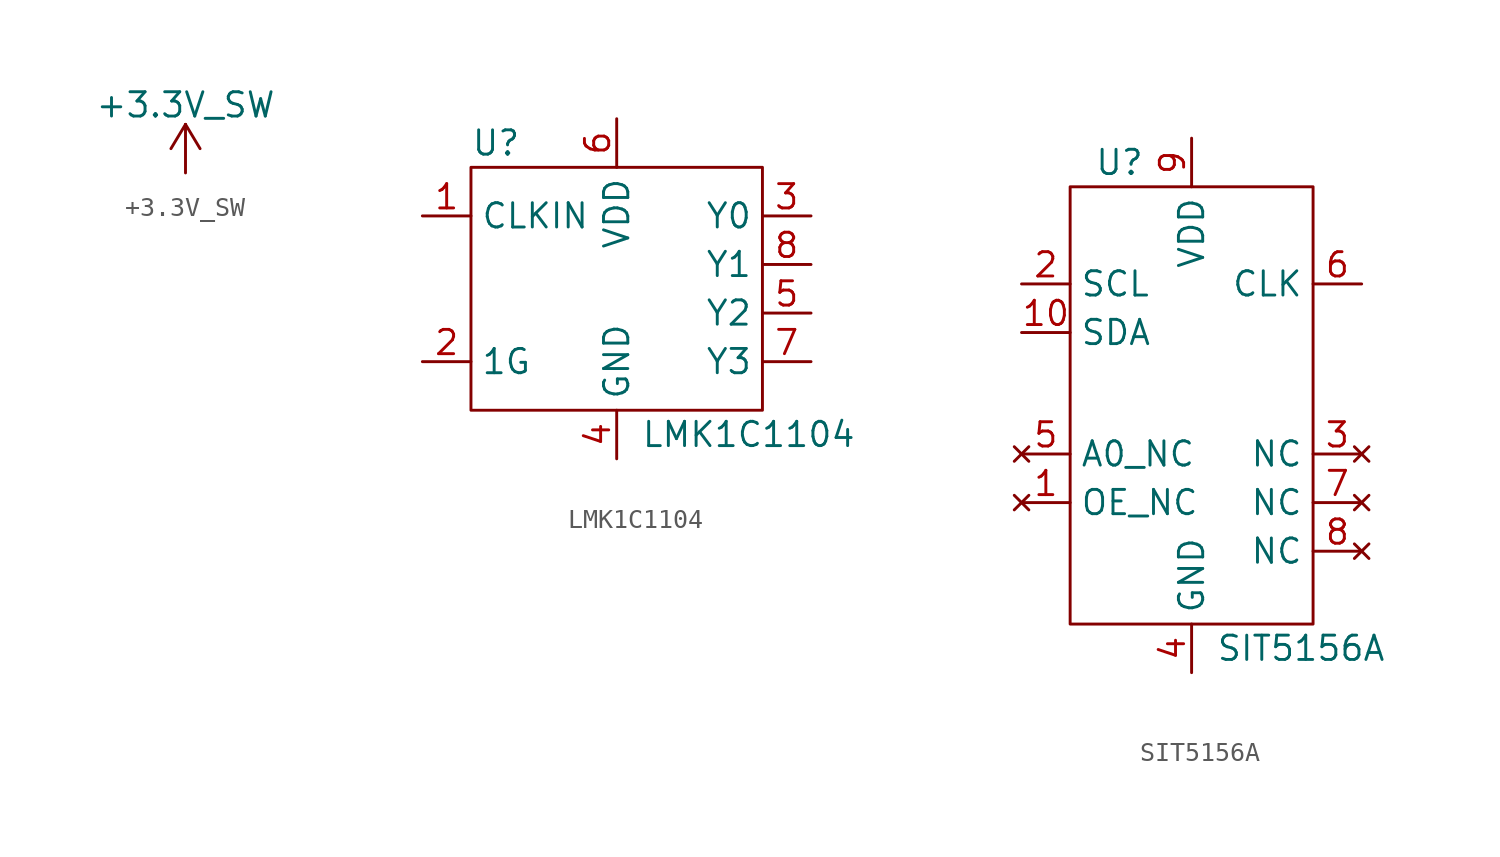
<source format=kicad_sym>
(kicad_symbol_lib
  (version 20220914)
  (generator kicad_symbol_editor)
  (symbol "+3.3V_SW"
    (power)
    (pin_names
      (offset 0))
    (property "Reference" "#PWR"
      (at 0 -3.81 0)
      (effects (font (size 1.27 1.27)) hide))
    (property "Value" "+3.3V_SW"
      (at 0 3.556 0)
      (effects (font (size 1.27 1.27))))
    (symbol "+3.3V_SW_0_1"
      (polyline (pts (xy -0.762 1.27) (xy 0 2.54)) (stroke (width 0) (type default)) (fill (type none)))
      (polyline (pts (xy 0 0) (xy 0 2.54)) (stroke (width 0) (type default)) (fill (type none)))
      (polyline (pts (xy 0 2.54) (xy 0.762 1.27)) (stroke (width 0) (type default)) (fill (type none))))
    (symbol "+3.3V_SW_1_1"
      (pin power_in line (at 0 0 90) (length 0) hide (name "+3.3V" (effects (font (size 1.27 1.27)))) (number "1" (effects (font (size 1.27 1.27)))))))
  (symbol "LMK1C1104"
    (property "Reference" "U"
      (at -7.62 7.62 0)
      (effects (font (size 1.27 1.27)) (justify left)))
    (property "Value" "LMK1C1104"
      (at 1.27 -7.62 0)
      (effects (font (size 1.27 1.27)) (justify left)))
    (symbol "LMK1C1104_0_1"
      (rectangle (start -7.62 6.35) (end 7.62 -6.35) (stroke (width 0) (type default)) (fill (type none))))
    (symbol "LMK1C1104_1_1"
      (pin input line (at -10.16 3.81 0) (length 2.54) (name "CLKIN" (effects (font (size 1.27 1.27)))) (number "1" (effects (font (size 1.27 1.27)))))
      (pin input line (at -10.16 -3.81 0) (length 2.54) (name "1G" (effects (font (size 1.27 1.27)))) (number "2" (effects (font (size 1.27 1.27)))))
      (pin output line (at 10.16 3.81 180) (length 2.54) (name "Y0" (effects (font (size 1.27 1.27)))) (number "3" (effects (font (size 1.27 1.27)))))
      (pin power_in line (at 0 -8.89 90) (length 2.54) (name "GND" (effects (font (size 1.27 1.27)))) (number "4" (effects (font (size 1.27 1.27)))))
      (pin output line (at 10.16 -1.27 180) (length 2.54) (name "Y2" (effects (font (size 1.27 1.27)))) (number "5" (effects (font (size 1.27 1.27)))))
      (pin power_in line (at 0 8.89 270) (length 2.54) (name "VDD" (effects (font (size 1.27 1.27)))) (number "6" (effects (font (size 1.27 1.27)))))
      (pin output line (at 10.16 -3.81 180) (length 2.54) (name "Y3" (effects (font (size 1.27 1.27)))) (number "7" (effects (font (size 1.27 1.27)))))
      (pin output line (at 10.16 1.27 180) (length 2.54) (name "Y1" (effects (font (size 1.27 1.27)))) (number "8" (effects (font (size 1.27 1.27)))))))
  (symbol "SIT5156A"
    (property "Reference" "U"
      (at -5.08 11.43 0)
      (effects (font (size 1.27 1.27)) (justify left)))
    (property "Value" "SIT5156A"
      (at 1.27 -13.97 0)
      (effects (font (size 1.27 1.27)) (justify left)))
    (symbol "SIT5156A_0_1"
      (rectangle (start -6.35 10.16) (end 6.35 -12.7) (stroke (width 0) (type default)) (fill (type none))))
    (symbol "SIT5156A_1_1"
      (pin no_connect line (at -8.89 -6.35 0) (length 2.54) (name "OE_NC" (effects (font (size 1.27 1.27)))) (number "1" (effects (font (size 1.27 1.27)))))
      (pin bidirectional line (at -8.89 2.54 0) (length 2.54) (name "SDA" (effects (font (size 1.27 1.27)))) (number "10" (effects (font (size 1.27 1.27)))))
      (pin bidirectional line (at -8.89 5.08 0) (length 2.54) (name "SCL" (effects (font (size 1.27 1.27)))) (number "2" (effects (font (size 1.27 1.27)))))
      (pin no_connect line (at 8.89 -3.81 180) (length 2.54) (name "NC" (effects (font (size 1.27 1.27)))) (number "3" (effects (font (size 1.27 1.27)))))
      (pin power_in line (at 0 -15.24 90) (length 2.54) (name "GND" (effects (font (size 1.27 1.27)))) (number "4" (effects (font (size 1.27 1.27)))))
      (pin no_connect line (at -8.89 -3.81 0) (length 2.54) (name "A0_NC" (effects (font (size 1.27 1.27)))) (number "5" (effects (font (size 1.27 1.27)))))
      (pin output line (at 8.89 5.08 180) (length 2.54) (name "CLK" (effects (font (size 1.27 1.27)))) (number "6" (effects (font (size 1.27 1.27)))))
      (pin no_connect line (at 8.89 -6.35 180) (length 2.54) (name "NC" (effects (font (size 1.27 1.27)))) (number "7" (effects (font (size 1.27 1.27)))))
      (pin no_connect line (at 8.89 -8.89 180) (length 2.54) (name "NC" (effects (font (size 1.27 1.27)))) (number "8" (effects (font (size 1.27 1.27)))))
      (pin power_in line (at 0 12.7 270) (length 2.54) (name "VDD" (effects (font (size 1.27 1.27)))) (number "9" (effects (font (size 1.27 1.27))))))))
</source>
